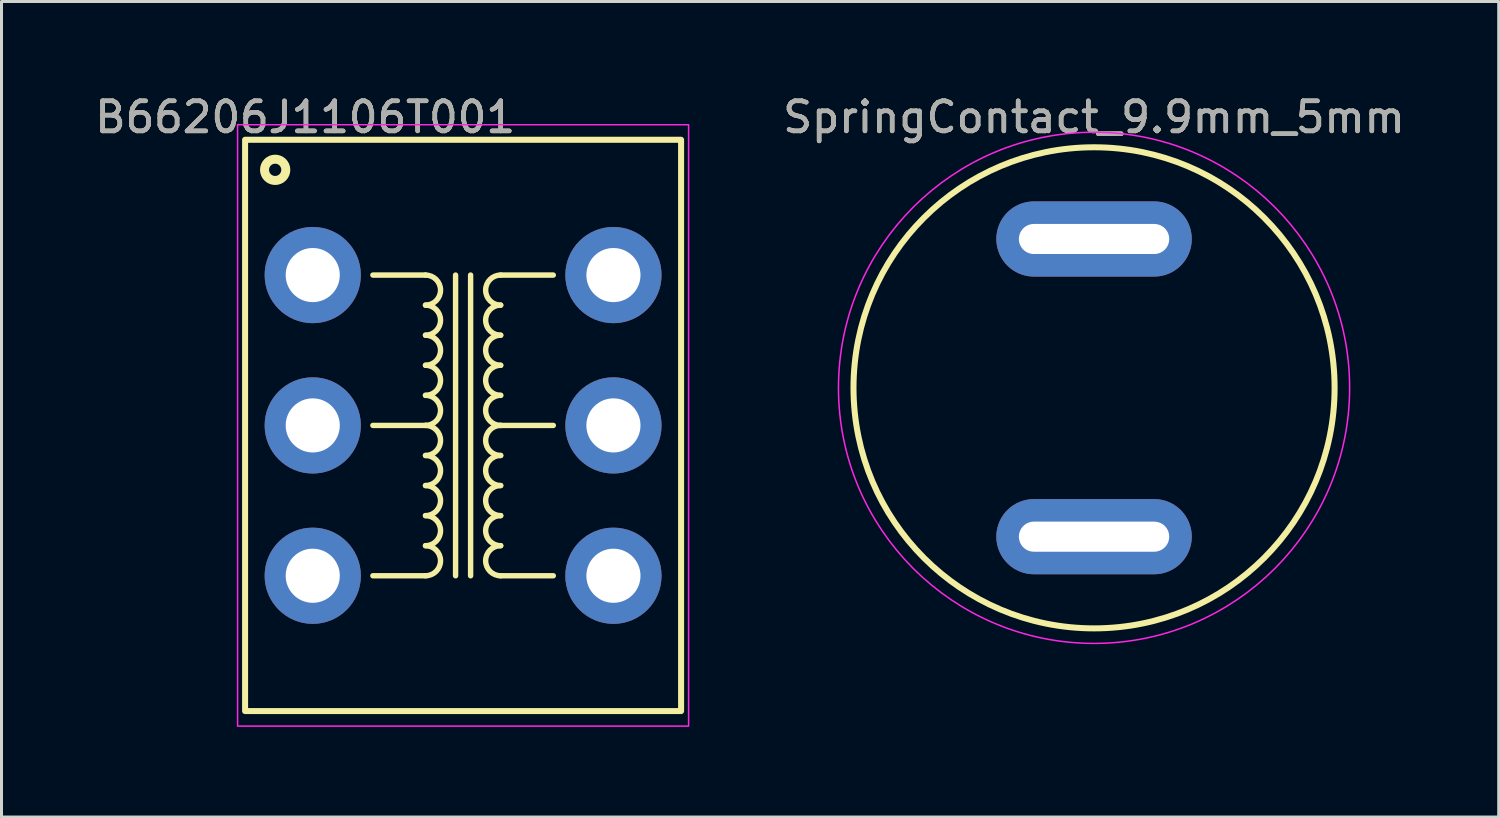
<source format=kicad_pcb>
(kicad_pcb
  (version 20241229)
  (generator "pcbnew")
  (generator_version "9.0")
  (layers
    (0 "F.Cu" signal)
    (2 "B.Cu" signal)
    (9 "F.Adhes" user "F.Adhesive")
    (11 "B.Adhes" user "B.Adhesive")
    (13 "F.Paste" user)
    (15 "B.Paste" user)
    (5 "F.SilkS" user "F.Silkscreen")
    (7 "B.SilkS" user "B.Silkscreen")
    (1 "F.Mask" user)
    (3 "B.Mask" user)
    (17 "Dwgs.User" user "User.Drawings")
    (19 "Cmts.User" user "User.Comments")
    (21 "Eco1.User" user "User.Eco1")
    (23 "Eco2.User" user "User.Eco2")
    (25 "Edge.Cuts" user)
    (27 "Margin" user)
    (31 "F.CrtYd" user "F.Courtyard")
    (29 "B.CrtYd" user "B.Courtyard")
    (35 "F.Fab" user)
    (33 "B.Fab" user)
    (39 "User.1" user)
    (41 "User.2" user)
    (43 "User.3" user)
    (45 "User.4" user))
  (footprint "B66206J1106T001"
    (layer "F.Cu")
    (at 12.351 11.098)
    (property "Reference" "B66206J1106T001" (at -5.25 -10.25 0) (unlocked yes) (layer "F.SilkS") (effects (font (size 1 1) (thickness 0.15))))
    (attr through_hole)
    (fp_line (start -3 -5) (end -1.25 -5) (stroke (width 0.18) (type solid)) (layer "F.SilkS"))
    (fp_line (start -3 0) (end -1.25 0) (stroke (width 0.18) (type solid)) (layer "F.SilkS"))
    (fp_line (start -3 5) (end -1.25 5) (stroke (width 0.18) (type solid)) (layer "F.SilkS"))
    (fp_line (start -0.25 -5) (end -0.25 5) (stroke (width 0.18) (type solid)) (layer "F.SilkS"))
    (fp_line (start 0.25 -5) (end 0.25 5) (stroke (width 0.18) (type solid)) (layer "F.SilkS"))
    (fp_line (start 3 -5) (end 1.25 -5) (stroke (width 0.18) (type solid)) (layer "F.SilkS"))
    (fp_line (start 3 0) (end 1.25 0) (stroke (width 0.18) (type solid)) (layer "F.SilkS"))
    (fp_line (start 3 5) (end 1.25 5) (stroke (width 0.18) (type solid)) (layer "F.SilkS"))
    (fp_rect (start -7.25 -9.5) (end 7.25 9.5) (stroke (width 0.2) (type solid)) (fill no) (layer "F.SilkS"))
    (fp_arc (start -1.25 -5) (mid -0.75 -4.5) (end -1.25 -4) (stroke (width 0.18) (type solid)) (layer "F.SilkS"))
    (fp_arc (start -1.25 -4) (mid -0.75 -3.5) (end -1.25 -3) (stroke (width 0.18) (type solid)) (layer "F.SilkS"))
    (fp_arc (start -1.25 -3) (mid -0.75 -2.5) (end -1.25 -2) (stroke (width 0.18) (type solid)) (layer "F.SilkS"))
    (fp_arc (start -1.25 -2) (mid -0.75 -1.5) (end -1.25 -1) (stroke (width 0.18) (type solid)) (layer "F.SilkS"))
    (fp_arc (start -1.25 -1) (mid -0.75 -0.5) (end -1.25 0) (stroke (width 0.18) (type solid)) (layer "F.SilkS"))
    (fp_arc (start -1.25 0) (mid -0.75 0.5) (end -1.25 1) (stroke (width 0.18) (type solid)) (layer "F.SilkS"))
    (fp_arc (start -1.25 1) (mid -0.75 1.5) (end -1.25 2) (stroke (width 0.18) (type solid)) (layer "F.SilkS"))
    (fp_arc (start -1.25 2) (mid -0.75 2.5) (end -1.25 3) (stroke (width 0.18) (type solid)) (layer "F.SilkS"))
    (fp_arc (start -1.25 3) (mid -0.75 3.5) (end -1.25 4) (stroke (width 0.18) (type solid)) (layer "F.SilkS"))
    (fp_arc (start -1.25 4) (mid -0.75 4.5) (end -1.25 5) (stroke (width 0.18) (type solid)) (layer "F.SilkS"))
    (fp_arc (start 1.25 -4) (mid 0.75 -4.5) (end 1.25 -5) (stroke (width 0.18) (type solid)) (layer "F.SilkS"))
    (fp_arc (start 1.25 -3) (mid 0.75 -3.5) (end 1.25 -4) (stroke (width 0.18) (type solid)) (layer "F.SilkS"))
    (fp_arc (start 1.25 -2) (mid 0.75 -2.5) (end 1.25 -3) (stroke (width 0.18) (type solid)) (layer "F.SilkS"))
    (fp_arc (start 1.25 -1) (mid 0.75 -1.5) (end 1.25 -2) (stroke (width 0.18) (type solid)) (layer "F.SilkS"))
    (fp_arc (start 1.25 0) (mid 0.75 -0.5) (end 1.25 -1) (stroke (width 0.18) (type solid)) (layer "F.SilkS"))
    (fp_arc (start 1.25 1) (mid 0.75 0.5) (end 1.25 0) (stroke (width 0.18) (type solid)) (layer "F.SilkS"))
    (fp_arc (start 1.25 2) (mid 0.75 1.5) (end 1.25 1) (stroke (width 0.18) (type solid)) (layer "F.SilkS"))
    (fp_arc (start 1.25 3) (mid 0.75 2.5) (end 1.25 2) (stroke (width 0.18) (type solid)) (layer "F.SilkS"))
    (fp_arc (start 1.25 4) (mid 0.75 3.5) (end 1.25 3) (stroke (width 0.18) (type solid)) (layer "F.SilkS"))
    (fp_arc (start 1.25 5) (mid 0.75 4.5) (end 1.25 4) (stroke (width 0.18) (type solid)) (layer "F.SilkS"))
    (fp_circle (center -6.25 -8.5) (end -5.896 -8.5) (stroke (width 0.3) (type solid)) (fill no) (layer "F.SilkS"))
    (fp_rect (start -7.5 -10) (end 7.5 10) (stroke (width 0.05) (type solid)) (fill no) (layer "F.CrtYd"))
    (fp_text user "${REFERENCE}" (at -5.25 -10.25 0) (unlocked yes) (layer "F.Fab") (effects (font (size 1 1) (thickness 0.15))))
    (pad "1" thru_hole circle (at -5 -5) (size 3.2 3.2) (drill 1.8) (layers "*.Cu" "*.Mask"))
    (pad "2" thru_hole circle (at -5 0) (size 3.2 3.2) (drill 1.8) (layers "*.Cu" "*.Mask"))
    (pad "3" thru_hole circle (at -5 5) (size 3.2 3.2) (drill 1.8) (layers "*.Cu" "*.Mask"))
    (pad "4" thru_hole circle (at 5 5) (size 3.2 3.2) (drill 1.8) (layers "*.Cu" "*.Mask"))
    (pad "5" thru_hole circle (at 5 0) (size 3.2 3.2) (drill 1.8) (layers "*.Cu" "*.Mask"))
    (pad "6" thru_hole circle (at 5 -5) (size 3.2 3.2) (drill 1.8) (layers "*.Cu" "*.Mask")))
  (footprint "SpringContact_9.9mm_5mm"
    (layer "F.Cu")
    (at 33.335 9.848)
    (property "Reference" "SpringContact_9.9mm_5mm" (at 0 -9 0) (unlocked yes) (layer "F.SilkS") (effects (font (size 1 1) (thickness 0.15))))
    (attr through_hole)
    (fp_circle (center 0 0) (end 8 0) (stroke (width 0.2) (type solid)) (fill no) (layer "F.SilkS"))
    (fp_circle (center 0 0) (end 0 -8.5) (stroke (width 0.05) (type solid)) (fill no) (layer "F.CrtYd"))
    (fp_text user "${REFERENCE}" (at 0 -9 0) (unlocked yes) (layer "F.Fab") (effects (font (size 1 1) (thickness 0.15))))
    (pad "1" thru_hole oval (at 0 -4.95) (size 6.5 2.5) (drill oval 5 1) (layers "*.Cu" "*.Mask"))
    (pad "1" thru_hole oval (at 0 4.95) (size 6.5 2.5) (drill oval 5 1) (layers "*.Cu" "*.Mask")))
  (gr_rect
    (start -3 -3)
    (end 46.793 24.123)
    (stroke (width 0.1) (type default))
    (fill no)
    (layer "Edge.Cuts")))
</source>
